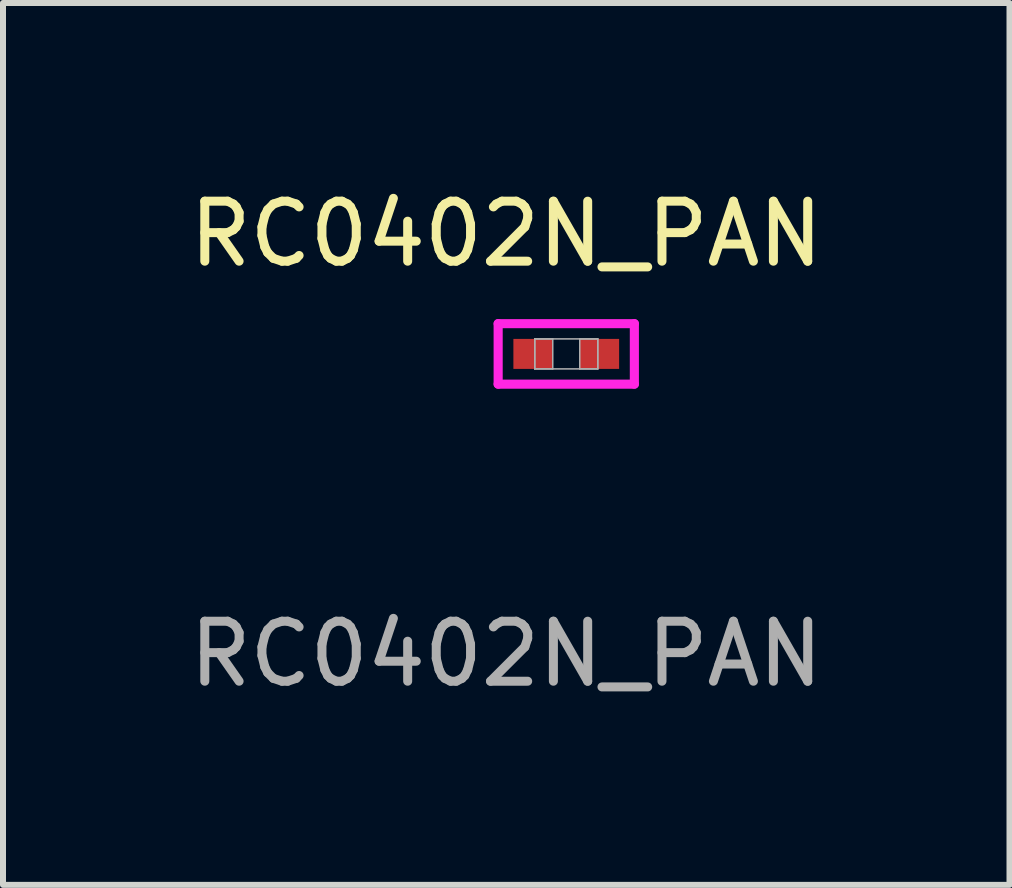
<source format=kicad_pcb>
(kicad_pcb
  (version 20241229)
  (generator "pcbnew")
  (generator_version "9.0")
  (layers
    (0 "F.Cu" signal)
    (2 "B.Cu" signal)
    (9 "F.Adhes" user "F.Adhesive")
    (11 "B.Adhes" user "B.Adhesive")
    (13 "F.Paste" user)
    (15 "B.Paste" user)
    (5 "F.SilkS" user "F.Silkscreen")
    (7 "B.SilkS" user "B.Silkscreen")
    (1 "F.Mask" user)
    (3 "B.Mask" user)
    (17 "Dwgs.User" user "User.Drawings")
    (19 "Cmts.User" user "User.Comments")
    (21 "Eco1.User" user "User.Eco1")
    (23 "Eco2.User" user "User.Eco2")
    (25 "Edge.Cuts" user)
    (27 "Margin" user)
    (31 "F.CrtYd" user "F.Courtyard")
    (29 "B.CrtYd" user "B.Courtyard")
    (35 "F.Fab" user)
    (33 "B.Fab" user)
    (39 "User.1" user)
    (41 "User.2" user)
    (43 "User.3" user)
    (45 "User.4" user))
  (footprint "RC0402N_PAN"
    (layer "F.Cu")
    (at 6.387 2.848)
    (property "Reference" "RC0402N_PAN" (at -1 -2 0) (unlocked yes) (layer "F.SilkS") (effects (font (size 1 1) (thickness 0.15))))
    (attr smd)
    (fp_line (start -1.135 -0.504) (end 1.135 -0.504) (stroke (width 0.152) (type solid)) (layer "F.CrtYd"))
    (fp_line (start -1.135 0.504) (end -1.135 -0.504) (stroke (width 0.152) (type solid)) (layer "F.CrtYd"))
    (fp_line (start 1.135 -0.504) (end 1.135 0.504) (stroke (width 0.152) (type solid)) (layer "F.CrtYd"))
    (fp_line (start 1.135 0.504) (end -1.135 0.504) (stroke (width 0.152) (type solid)) (layer "F.CrtYd"))
    (fp_line (start -0.525 -0.25) (end -0.525 0.25) (stroke (width 0.025) (type solid)) (layer "F.Fab"))
    (fp_line (start -0.525 -0.25) (end -0.525 0.25) (stroke (width 0.025) (type solid)) (layer "F.Fab"))
    (fp_line (start -0.525 0.25) (end -0.225 0.25) (stroke (width 0.025) (type solid)) (layer "F.Fab"))
    (fp_line (start -0.525 0.25) (end 0.525 0.25) (stroke (width 0.025) (type solid)) (layer "F.Fab"))
    (fp_line (start -0.225 -0.25) (end -0.525 -0.25) (stroke (width 0.025) (type solid)) (layer "F.Fab"))
    (fp_line (start -0.225 0.25) (end -0.225 -0.25) (stroke (width 0.025) (type solid)) (layer "F.Fab"))
    (fp_line (start 0.225 -0.25) (end 0.225 0.25) (stroke (width 0.025) (type solid)) (layer "F.Fab"))
    (fp_line (start 0.225 0.25) (end 0.525 0.25) (stroke (width 0.025) (type solid)) (layer "F.Fab"))
    (fp_line (start 0.525 -0.25) (end -0.525 -0.25) (stroke (width 0.025) (type solid)) (layer "F.Fab"))
    (fp_line (start 0.525 -0.25) (end 0.225 -0.25) (stroke (width 0.025) (type solid)) (layer "F.Fab"))
    (fp_line (start 0.525 0.25) (end 0.525 -0.25) (stroke (width 0.025) (type solid)) (layer "F.Fab"))
    (fp_line (start 0.525 0.25) (end 0.525 -0.25) (stroke (width 0.025) (type solid)) (layer "F.Fab"))
    (fp_text user "${REFERENCE}" (at -1 5 0) (unlocked yes) (layer "F.Fab") (effects (font (size 1 1) (thickness 0.15))))
    (pad "1" smd rect (at -0.553 0) (size 0.656 0.5) (layers "F.Cu" "F.Mask" "F.Paste"))
    (pad "2" smd rect (at 0.553 0) (size 0.656 0.5) (layers "F.Cu" "F.Mask" "F.Paste"))
    (zone (net_name "") (layer "F.Cu") (hatch full 0.508) (connect_pads) (min_thickness 0.254) (filled_areas_thickness no) (keepout (tracks not_allowed) (vias not_allowed) (pads allowed) (copperpour not_allowed) (footprints allowed)) (placement (enabled no)) (fill) (polygon (pts (xy 6.213 2.649) (xy 6.561 2.649) (xy 6.561 3.047) (xy 6.213 3.047)))))
  (gr_rect
    (start -3 -3)
    (end 13.774 11.697)
    (stroke (width 0.1) (type default))
    (fill no)
    (layer "Edge.Cuts")))
</source>
